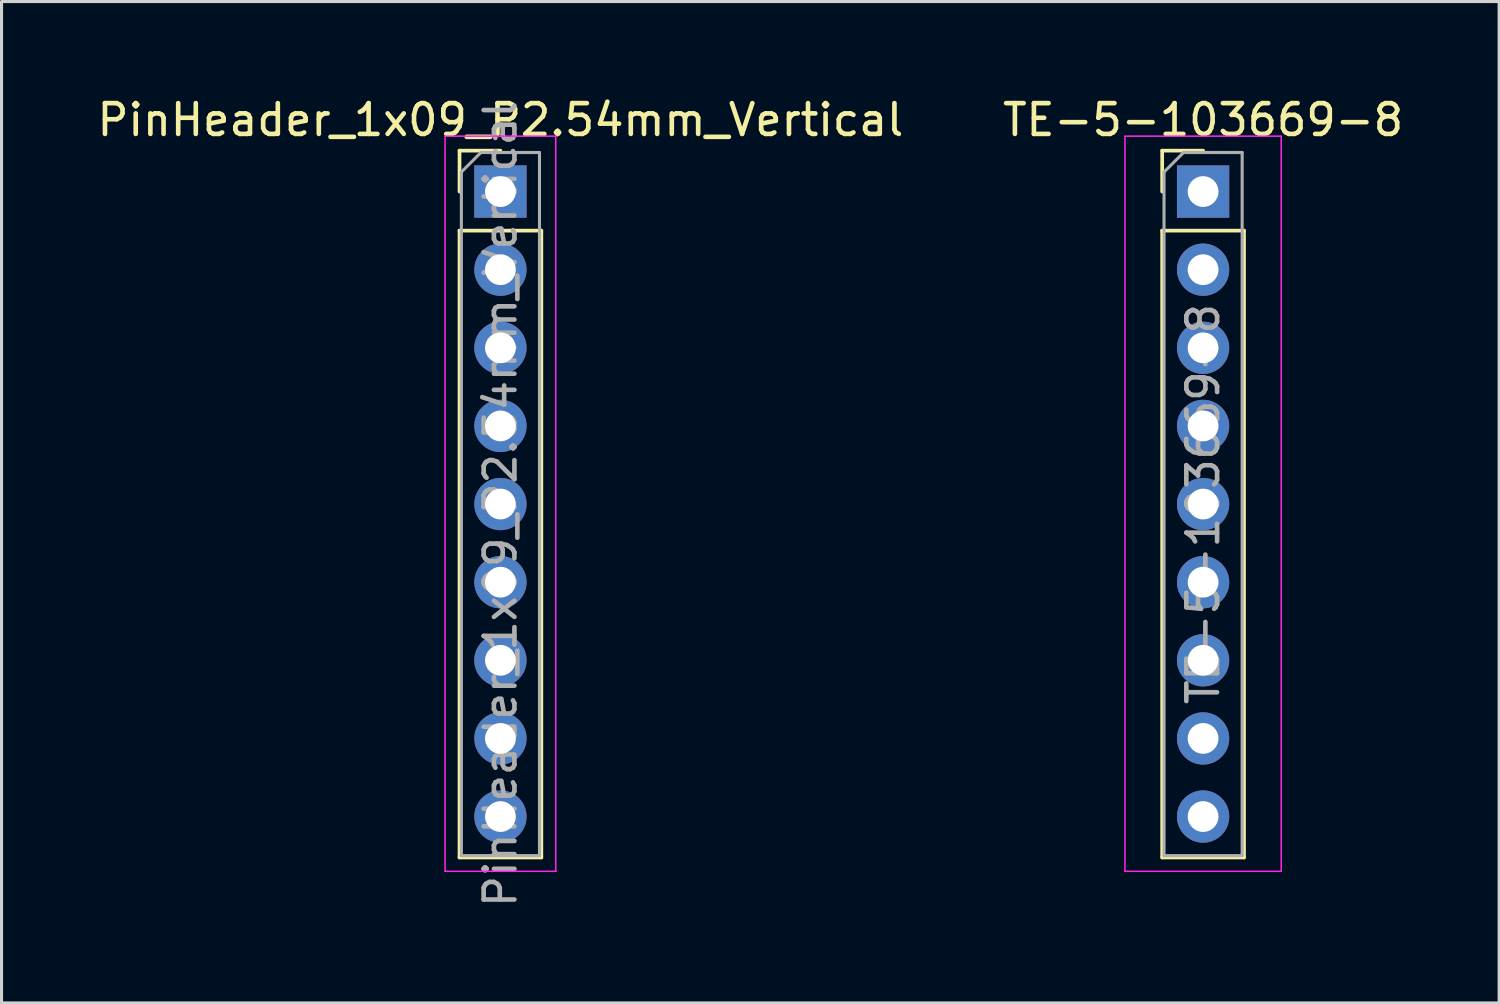
<source format=kicad_pcb>
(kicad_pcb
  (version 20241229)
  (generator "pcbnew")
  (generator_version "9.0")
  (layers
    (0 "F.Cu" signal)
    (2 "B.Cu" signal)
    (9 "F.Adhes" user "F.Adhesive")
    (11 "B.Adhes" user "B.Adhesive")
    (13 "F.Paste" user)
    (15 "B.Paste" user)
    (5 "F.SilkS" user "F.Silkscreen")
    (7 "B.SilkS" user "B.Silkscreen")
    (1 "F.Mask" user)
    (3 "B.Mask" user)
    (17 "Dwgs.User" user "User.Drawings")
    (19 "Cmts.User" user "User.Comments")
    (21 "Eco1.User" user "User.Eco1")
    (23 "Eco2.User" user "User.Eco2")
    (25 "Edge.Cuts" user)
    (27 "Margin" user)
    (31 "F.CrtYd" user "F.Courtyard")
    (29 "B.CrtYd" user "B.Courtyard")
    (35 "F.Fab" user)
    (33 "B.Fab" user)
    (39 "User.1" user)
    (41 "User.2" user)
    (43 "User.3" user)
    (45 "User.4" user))
  (footprint "TE-5-103669-8"
    (layer "F.Cu")
    (at 36.065 3.178)
    (property "Reference" "TE-5-103669-8" (at 0 -2.33 0) (layer "F.SilkS") (effects (font (size 1 1) (thickness 0.15))))
    (attr through_hole)
    (fp_line (start -1.33 -1.33) (end 0 -1.33) (stroke (width 0.12) (type solid)) (layer "F.SilkS"))
    (fp_line (start -1.33 0) (end -1.33 -1.33) (stroke (width 0.12) (type solid)) (layer "F.SilkS"))
    (fp_line (start -1.33 1.27) (end -1.33 21.65) (stroke (width 0.12) (type solid)) (layer "F.SilkS"))
    (fp_line (start -1.33 1.27) (end 1.33 1.27) (stroke (width 0.12) (type solid)) (layer "F.SilkS"))
    (fp_line (start -1.33 21.65) (end 1.33 21.65) (stroke (width 0.12) (type solid)) (layer "F.SilkS"))
    (fp_line (start 1.33 1.27) (end 1.33 21.65) (stroke (width 0.12) (type solid)) (layer "F.SilkS"))
    (fp_line (start -2.54 -1.8) (end -2.54 22.1) (stroke (width 0.05) (type solid)) (layer "F.CrtYd"))
    (fp_line (start -2.54 22.1) (end 2.54 22.1) (stroke (width 0.05) (type solid)) (layer "F.CrtYd"))
    (fp_line (start 2.54 -1.8) (end -2.54 -1.8) (stroke (width 0.05) (type solid)) (layer "F.CrtYd"))
    (fp_line (start 2.54 22.1) (end 2.54 -1.8) (stroke (width 0.05) (type solid)) (layer "F.CrtYd"))
    (fp_line (start -1.27 -0.635) (end -0.635 -1.27) (stroke (width 0.1) (type solid)) (layer "F.Fab"))
    (fp_line (start -1.27 21.59) (end -1.27 -0.635) (stroke (width 0.1) (type solid)) (layer "F.Fab"))
    (fp_line (start -0.635 -1.27) (end 1.27 -1.27) (stroke (width 0.1) (type solid)) (layer "F.Fab"))
    (fp_line (start 1.27 -1.27) (end 1.27 21.59) (stroke (width 0.1) (type solid)) (layer "F.Fab"))
    (fp_line (start 1.27 21.59) (end -1.27 21.59) (stroke (width 0.1) (type solid)) (layer "F.Fab"))
    (fp_text user "${REFERENCE}" (at 0 10.16 90) (layer "F.Fab") (effects (font (size 1 1) (thickness 0.15))))
    (pad "1" thru_hole rect (at 0 0) (size 1.7 1.7) (drill 1) (layers "*.Cu" "*.Mask"))
    (pad "2" thru_hole oval (at 0 2.54) (size 1.7 1.7) (drill 1) (layers "*.Cu" "*.Mask"))
    (pad "3" thru_hole oval (at 0 5.08) (size 1.7 1.7) (drill 1) (layers "*.Cu" "*.Mask"))
    (pad "4" thru_hole oval (at 0 7.62) (size 1.7 1.7) (drill 1) (layers "*.Cu" "*.Mask"))
    (pad "5" thru_hole oval (at 0 10.16) (size 1.7 1.7) (drill 1) (layers "*.Cu" "*.Mask"))
    (pad "6" thru_hole oval (at 0 12.7) (size 1.7 1.7) (drill 1) (layers "*.Cu" "*.Mask"))
    (pad "7" thru_hole oval (at 0 15.24) (size 1.7 1.7) (drill 1) (layers "*.Cu" "*.Mask"))
    (pad "8" thru_hole oval (at 0 17.78) (size 1.7 1.7) (drill 1) (layers "*.Cu" "*.Mask"))
    (pad "9" thru_hole oval (at 0 20.32) (size 1.7 1.7) (drill 1) (layers "*.Cu" "*.Mask")))
  (footprint "PinHeader_1x09_P2.54mm_Vertical"
    (layer "F.Cu")
    (at 13.22 3.178)
    (property "Reference" "PinHeader_1x09_P2.54mm_Vertical" (at 0 -2.33 0) (layer "F.SilkS") (effects (font (size 1 1) (thickness 0.15))))
    (attr through_hole)
    (fp_line (start -1.33 -1.33) (end 0 -1.33) (stroke (width 0.12) (type solid)) (layer "F.SilkS"))
    (fp_line (start -1.33 0) (end -1.33 -1.33) (stroke (width 0.12) (type solid)) (layer "F.SilkS"))
    (fp_line (start -1.33 1.27) (end -1.33 21.65) (stroke (width 0.12) (type solid)) (layer "F.SilkS"))
    (fp_line (start -1.33 1.27) (end 1.33 1.27) (stroke (width 0.12) (type solid)) (layer "F.SilkS"))
    (fp_line (start -1.33 21.65) (end 1.33 21.65) (stroke (width 0.12) (type solid)) (layer "F.SilkS"))
    (fp_line (start 1.33 1.27) (end 1.33 21.65) (stroke (width 0.12) (type solid)) (layer "F.SilkS"))
    (fp_line (start -1.8 -1.8) (end -1.8 22.1) (stroke (width 0.05) (type solid)) (layer "F.CrtYd"))
    (fp_line (start -1.8 22.1) (end 1.8 22.1) (stroke (width 0.05) (type solid)) (layer "F.CrtYd"))
    (fp_line (start 1.8 -1.8) (end -1.8 -1.8) (stroke (width 0.05) (type solid)) (layer "F.CrtYd"))
    (fp_line (start 1.8 22.1) (end 1.8 -1.8) (stroke (width 0.05) (type solid)) (layer "F.CrtYd"))
    (fp_line (start -1.27 -0.635) (end -0.635 -1.27) (stroke (width 0.1) (type solid)) (layer "F.Fab"))
    (fp_line (start -1.27 21.59) (end -1.27 -0.635) (stroke (width 0.1) (type solid)) (layer "F.Fab"))
    (fp_line (start -0.635 -1.27) (end 1.27 -1.27) (stroke (width 0.1) (type solid)) (layer "F.Fab"))
    (fp_line (start 1.27 -1.27) (end 1.27 21.59) (stroke (width 0.1) (type solid)) (layer "F.Fab"))
    (fp_line (start 1.27 21.59) (end -1.27 21.59) (stroke (width 0.1) (type solid)) (layer "F.Fab"))
    (fp_text user "${REFERENCE}" (at 0 10.16 90) (layer "F.Fab") (effects (font (size 1 1) (thickness 0.15))))
    (pad "1" thru_hole rect (at 0 0) (size 1.7 1.7) (drill 1) (layers "*.Cu" "*.Mask"))
    (pad "2" thru_hole oval (at 0 2.54) (size 1.7 1.7) (drill 1) (layers "*.Cu" "*.Mask"))
    (pad "3" thru_hole oval (at 0 5.08) (size 1.7 1.7) (drill 1) (layers "*.Cu" "*.Mask"))
    (pad "4" thru_hole oval (at 0 7.62) (size 1.7 1.7) (drill 1) (layers "*.Cu" "*.Mask"))
    (pad "5" thru_hole oval (at 0 10.16) (size 1.7 1.7) (drill 1) (layers "*.Cu" "*.Mask"))
    (pad "6" thru_hole oval (at 0 12.7) (size 1.7 1.7) (drill 1) (layers "*.Cu" "*.Mask"))
    (pad "7" thru_hole oval (at 0 15.24) (size 1.7 1.7) (drill 1) (layers "*.Cu" "*.Mask"))
    (pad "8" thru_hole oval (at 0 17.78) (size 1.7 1.7) (drill 1) (layers "*.Cu" "*.Mask"))
    (pad "9" thru_hole oval (at 0 20.32) (size 1.7 1.7) (drill 1) (layers "*.Cu" "*.Mask")))
  (gr_rect
    (start -3 -3)
    (end 45.69 29.558)
    (stroke (width 0.1) (type default))
    (fill no)
    (layer "Edge.Cuts")))
</source>
